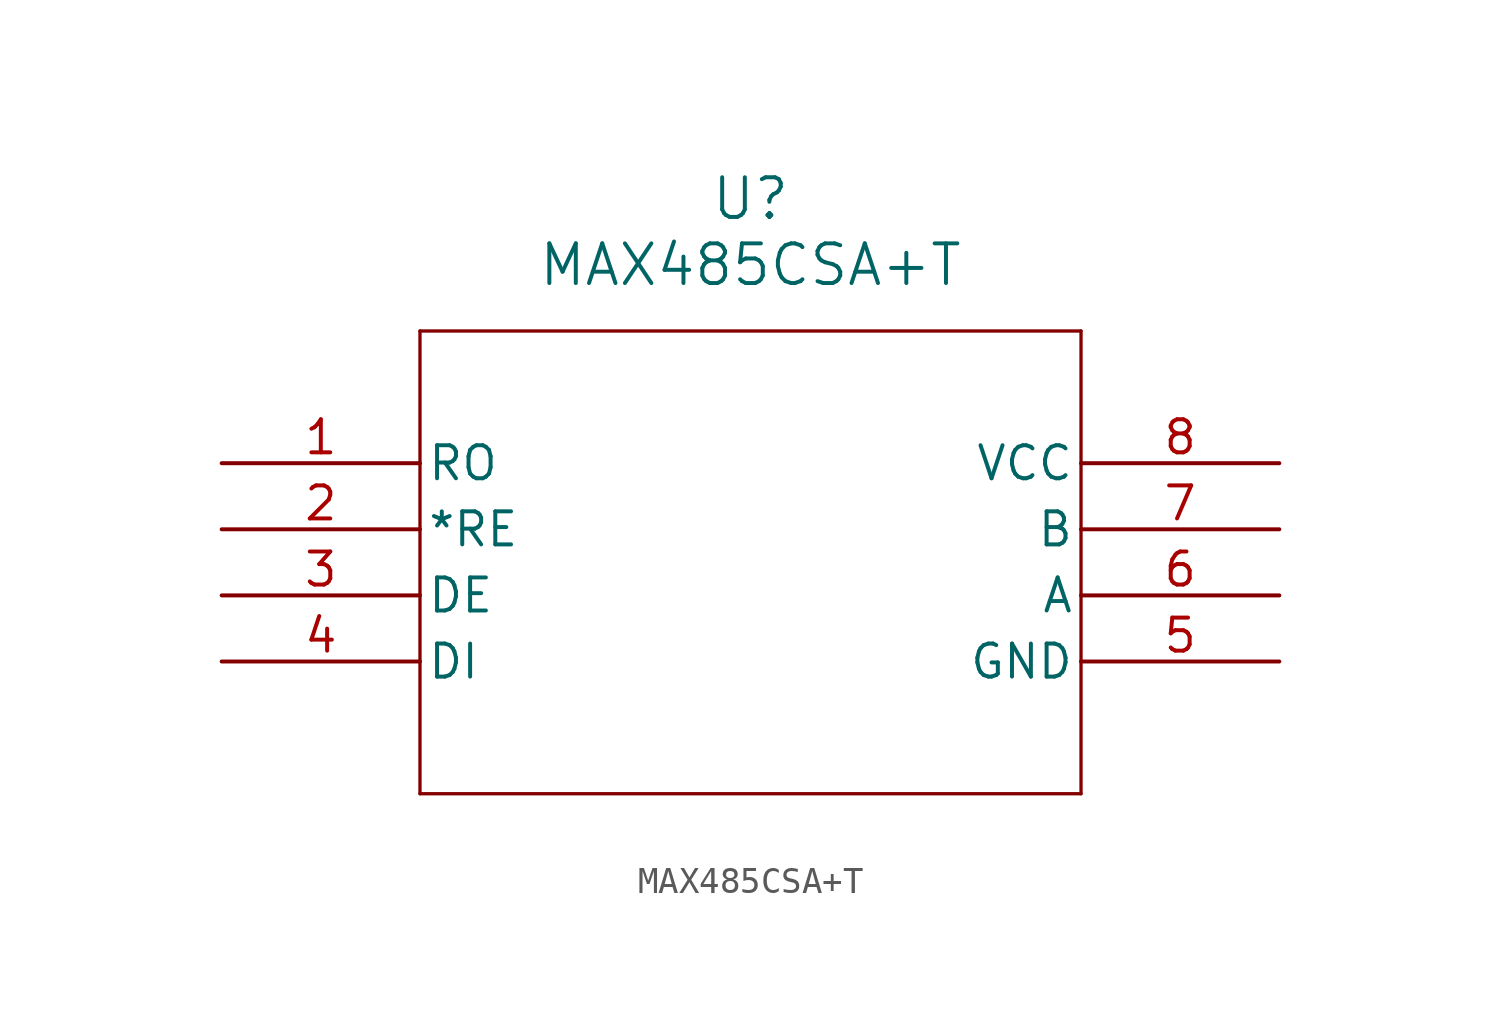
<source format=kicad_sym>
(kicad_symbol_lib
  (version 20211014)
  (generator kicad_symbol_editor)
  (symbol "MAX485CSA+T"
    (pin_names
      (offset 0.254))
    (property "Reference" "U"
      (at 20.32 10.16 0)
      (effects (font (size 1.524 1.524))))
    (property "Value" "MAX485CSA+T"
      (at 20.32 7.62 0)
      (effects (font (size 1.524 1.524))))
    (symbol "MAX485CSA+T_0_1"
      (polyline (pts (xy 7.62 5.08) (xy 7.62 -12.7)) (stroke (width 0.127) (type default) (color 0 0 0 0)) (fill (type none)))
      (polyline (pts (xy 7.62 -12.7) (xy 33.02 -12.7)) (stroke (width 0.127) (type default) (color 0 0 0 0)) (fill (type none)))
      (polyline (pts (xy 33.02 -12.7) (xy 33.02 5.08)) (stroke (width 0.127) (type default) (color 0 0 0 0)) (fill (type none)))
      (polyline (pts (xy 33.02 5.08) (xy 7.62 5.08)) (stroke (width 0.127) (type default) (color 0 0 0 0)) (fill (type none)))
      (pin output line (at 0 0 0) (length 7.62) (name "RO" (effects (font (size 1.27 1.27)))) (number "1" (effects (font (size 1.27 1.27)))))
      (pin output line (at 0 -2.54 0) (length 7.62) (name "*RE" (effects (font (size 1.27 1.27)))) (number "2" (effects (font (size 1.27 1.27)))))
      (pin output line (at 0 -5.08 0) (length 7.62) (name "DE" (effects (font (size 1.27 1.27)))) (number "3" (effects (font (size 1.27 1.27)))))
      (pin input line (at 0 -7.62 0) (length 7.62) (name "DI" (effects (font (size 1.27 1.27)))) (number "4" (effects (font (size 1.27 1.27)))))
      (pin power_out line (at 40.64 -7.62 180) (length 7.62) (name "GND" (effects (font (size 1.27 1.27)))) (number "5" (effects (font (size 1.27 1.27)))))
      (pin unspecified line (at 40.64 -5.08 180) (length 7.62) (name "A" (effects (font (size 1.27 1.27)))) (number "6" (effects (font (size 1.27 1.27)))))
      (pin unspecified line (at 40.64 -2.54 180) (length 7.62) (name "B" (effects (font (size 1.27 1.27)))) (number "7" (effects (font (size 1.27 1.27)))))
      (pin power_in line (at 40.64 0 180) (length 7.62) (name "VCC" (effects (font (size 1.27 1.27)))) (number "8" (effects (font (size 1.27 1.27))))))))
</source>
